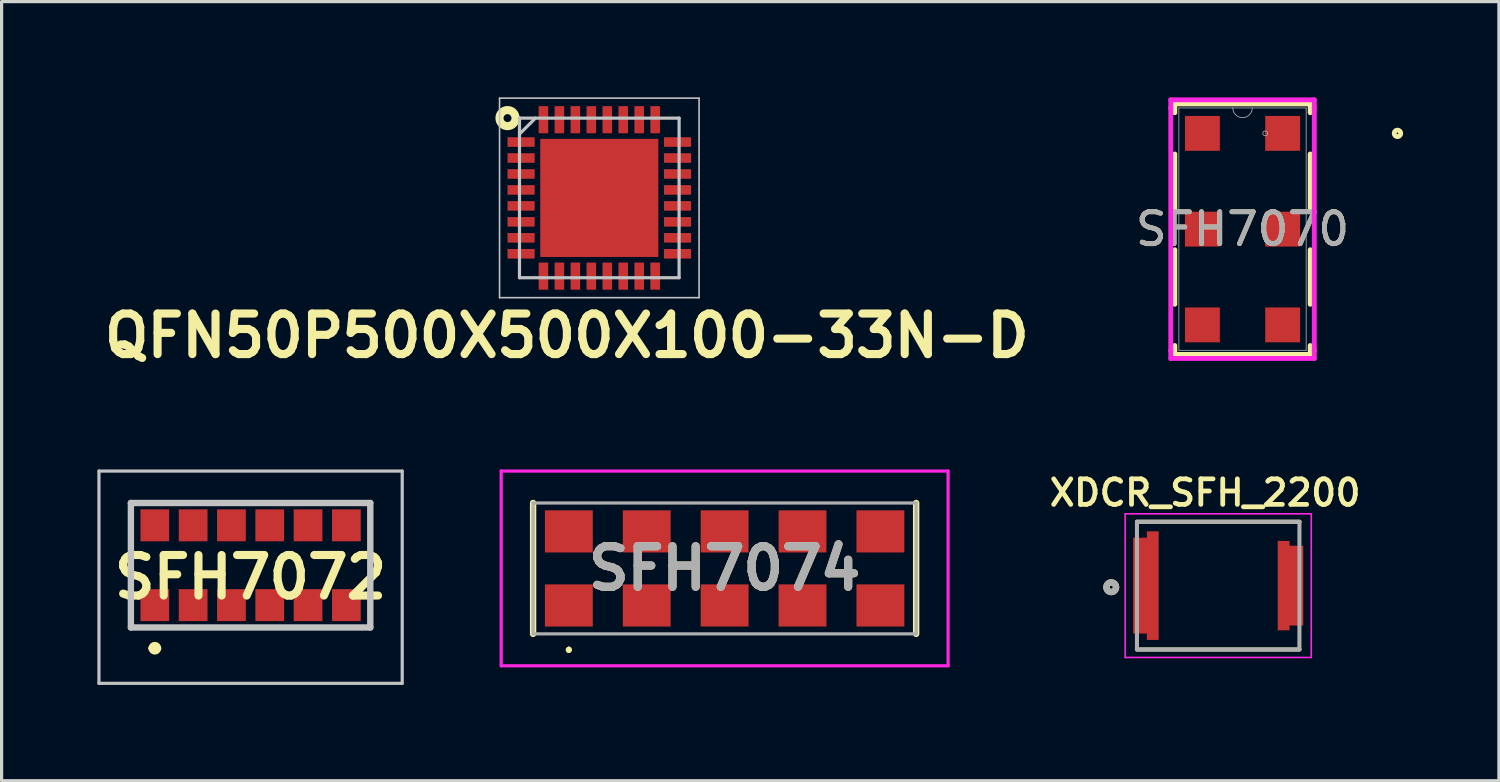
<source format=kicad_pcb>
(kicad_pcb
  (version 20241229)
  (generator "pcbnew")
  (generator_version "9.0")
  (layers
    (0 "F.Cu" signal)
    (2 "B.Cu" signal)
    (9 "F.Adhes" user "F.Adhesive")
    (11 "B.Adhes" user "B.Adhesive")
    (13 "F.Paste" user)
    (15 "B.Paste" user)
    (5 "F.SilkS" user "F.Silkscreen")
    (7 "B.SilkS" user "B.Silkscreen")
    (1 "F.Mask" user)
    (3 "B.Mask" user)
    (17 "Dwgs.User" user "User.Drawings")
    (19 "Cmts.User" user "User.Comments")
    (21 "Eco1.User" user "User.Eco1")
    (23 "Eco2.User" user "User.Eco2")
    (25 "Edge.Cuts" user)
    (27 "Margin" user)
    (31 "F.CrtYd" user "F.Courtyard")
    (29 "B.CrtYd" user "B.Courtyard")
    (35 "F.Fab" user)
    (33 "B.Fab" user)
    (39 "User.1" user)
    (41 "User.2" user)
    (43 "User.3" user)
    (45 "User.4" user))
  (footprint "SFH7074"
    (layer "F.Cu")
    (at 19.65 14.757)
    (property "Reference" "SFH7074" (at 0 0 0) (layer "F.SilkS") (effects (font (size 1.27 1.27) (thickness 0.254))))
    (attr smd)
    (fp_line (start -6 -2.05) (end -6 2.05) (stroke (width 0.2) (type solid)) (layer "F.SilkS"))
    (fp_line (start -4.88 2.5) (end -4.88 2.5) (stroke (width 0.1) (type solid)) (layer "F.SilkS"))
    (fp_line (start -4.88 2.6) (end -4.88 2.6) (stroke (width 0.1) (type solid)) (layer "F.SilkS"))
    (fp_line (start 6 -2.05) (end 6 2.05) (stroke (width 0.2) (type solid)) (layer "F.SilkS"))
    (fp_arc (start -4.88 2.5) (mid -4.83 2.55) (end -4.88 2.6) (stroke (width 0.1) (type solid)) (layer "F.SilkS"))
    (fp_arc (start -4.88 2.6) (mid -4.93 2.55) (end -4.88 2.5) (stroke (width 0.1) (type solid)) (layer "F.SilkS"))
    (fp_line (start -7 -3.05) (end 7 -3.05) (stroke (width 0.1) (type solid)) (layer "F.CrtYd"))
    (fp_line (start -7 3.05) (end -7 -3.05) (stroke (width 0.1) (type solid)) (layer "F.CrtYd"))
    (fp_line (start 7 -3.05) (end 7 3.05) (stroke (width 0.1) (type solid)) (layer "F.CrtYd"))
    (fp_line (start 7 3.05) (end -7 3.05) (stroke (width 0.1) (type solid)) (layer "F.CrtYd"))
    (fp_line (start -6 -2.05) (end 6 -2.05) (stroke (width 0.1) (type solid)) (layer "F.Fab"))
    (fp_line (start -6 2.05) (end -6 -2.05) (stroke (width 0.1) (type solid)) (layer "F.Fab"))
    (fp_line (start 6 -2.05) (end 6 2.05) (stroke (width 0.1) (type solid)) (layer "F.Fab"))
    (fp_line (start 6 2.05) (end -6 2.05) (stroke (width 0.1) (type solid)) (layer "F.Fab"))
    (fp_text user "${REFERENCE}" (at 0 0 0) (layer "F.Fab") (effects (font (size 1.27 1.27) (thickness 0.254))))
    (pad "1" smd rect (at -4.88 1.16 90) (size 1.32 1.5) (layers "F.Cu" "F.Mask" "F.Paste"))
    (pad "2" smd rect (at -2.44 1.16 90) (size 1.32 1.5) (layers "F.Cu" "F.Mask" "F.Paste"))
    (pad "3" smd rect (at 0 1.16 90) (size 1.32 1.5) (layers "F.Cu" "F.Mask" "F.Paste"))
    (pad "4" smd rect (at 2.44 1.16 90) (size 1.32 1.5) (layers "F.Cu" "F.Mask" "F.Paste"))
    (pad "5" smd rect (at 4.88 1.16 90) (size 1.32 1.5) (layers "F.Cu" "F.Mask" "F.Paste"))
    (pad "6" smd rect (at 4.88 -1.16 90) (size 1.32 1.5) (layers "F.Cu" "F.Mask" "F.Paste"))
    (pad "7" smd rect (at 2.44 -1.16 90) (size 1.32 1.5) (layers "F.Cu" "F.Mask" "F.Paste"))
    (pad "8" smd rect (at 0 -1.16 90) (size 1.32 1.5) (layers "F.Cu" "F.Mask" "F.Paste"))
    (pad "9" smd rect (at -2.44 -1.16 90) (size 1.32 1.5) (layers "F.Cu" "F.Mask" "F.Paste"))
    (pad "10" smd rect (at -4.88 -1.16 90) (size 1.32 1.5) (layers "F.Cu" "F.Mask" "F.Paste")))
  (footprint "QFN50P500X500X100-33N-D"
    (layer "F.Cu")
    (at 15.724 3.15)
    (property "Reference" "QFN50P500X500X100-33N-D" (at -1.016 4.318 0) (layer "F.SilkS") (effects (font (size 1.27 1.27) (thickness 0.254))))
    (attr smd)
    (fp_circle (center -2.875 -2.5) (end -2.75 -2.5) (stroke (width 0.254) (type solid)) (fill no) (layer "F.SilkS"))
    (fp_line (start -3.125 -3.125) (end 3.125 -3.125) (stroke (width 0.05) (type solid)) (layer "Dwgs.User"))
    (fp_line (start -3.125 3.125) (end -3.125 -3.125) (stroke (width 0.05) (type solid)) (layer "Dwgs.User"))
    (fp_line (start -2.5 -2.5) (end 2.5 -2.5) (stroke (width 0.1) (type solid)) (layer "Dwgs.User"))
    (fp_line (start -2.5 -2) (end -2 -2.5) (stroke (width 0.1) (type solid)) (layer "Dwgs.User"))
    (fp_line (start -2.5 2.5) (end -2.5 -2.5) (stroke (width 0.1) (type solid)) (layer "Dwgs.User"))
    (fp_line (start 2.5 -2.5) (end 2.5 2.5) (stroke (width 0.1) (type solid)) (layer "Dwgs.User"))
    (fp_line (start 2.5 2.5) (end -2.5 2.5) (stroke (width 0.1) (type solid)) (layer "Dwgs.User"))
    (fp_line (start 3.125 -3.125) (end 3.125 3.125) (stroke (width 0.05) (type solid)) (layer "Dwgs.User"))
    (fp_line (start 3.125 3.125) (end -3.125 3.125) (stroke (width 0.05) (type solid)) (layer "Dwgs.User"))
    (pad "1" smd rect (at -2.45 -1.75 90) (size 0.3 0.85) (layers "F.Cu" "F.Mask" "F.Paste"))
    (pad "2" smd rect (at -2.45 -1.25 90) (size 0.3 0.85) (layers "F.Cu" "F.Mask" "F.Paste"))
    (pad "3" smd rect (at -2.45 -0.75 90) (size 0.3 0.85) (layers "F.Cu" "F.Mask" "F.Paste"))
    (pad "4" smd rect (at -2.45 -0.25 90) (size 0.3 0.85) (layers "F.Cu" "F.Mask" "F.Paste"))
    (pad "5" smd rect (at -2.45 0.25 90) (size 0.3 0.85) (layers "F.Cu" "F.Mask" "F.Paste"))
    (pad "6" smd rect (at -2.45 0.75 90) (size 0.3 0.85) (layers "F.Cu" "F.Mask" "F.Paste"))
    (pad "7" smd rect (at -2.45 1.25 90) (size 0.3 0.85) (layers "F.Cu" "F.Mask" "F.Paste"))
    (pad "8" smd rect (at -2.45 1.75 90) (size 0.3 0.85) (layers "F.Cu" "F.Mask" "F.Paste"))
    (pad "9" smd rect (at -1.75 2.45) (size 0.3 0.85) (layers "F.Cu" "F.Mask" "F.Paste"))
    (pad "10" smd rect (at -1.25 2.45) (size 0.3 0.85) (layers "F.Cu" "F.Mask" "F.Paste"))
    (pad "11" smd rect (at -0.75 2.45) (size 0.3 0.85) (layers "F.Cu" "F.Mask" "F.Paste"))
    (pad "12" smd rect (at -0.25 2.45) (size 0.3 0.85) (layers "F.Cu" "F.Mask" "F.Paste"))
    (pad "13" smd rect (at 0.25 2.45) (size 0.3 0.85) (layers "F.Cu" "F.Mask" "F.Paste"))
    (pad "14" smd rect (at 0.75 2.45) (size 0.3 0.85) (layers "F.Cu" "F.Mask" "F.Paste"))
    (pad "15" smd rect (at 1.25 2.45) (size 0.3 0.85) (layers "F.Cu" "F.Mask" "F.Paste"))
    (pad "16" smd rect (at 1.75 2.45) (size 0.3 0.85) (layers "F.Cu" "F.Mask" "F.Paste"))
    (pad "17" smd rect (at 2.45 1.75 90) (size 0.3 0.85) (layers "F.Cu" "F.Mask" "F.Paste"))
    (pad "18" smd rect (at 2.45 1.25 90) (size 0.3 0.85) (layers "F.Cu" "F.Mask" "F.Paste"))
    (pad "19" smd rect (at 2.45 0.75 90) (size 0.3 0.85) (layers "F.Cu" "F.Mask" "F.Paste"))
    (pad "20" smd rect (at 2.45 0.25 90) (size 0.3 0.85) (layers "F.Cu" "F.Mask" "F.Paste"))
    (pad "21" smd rect (at 2.45 -0.25 90) (size 0.3 0.85) (layers "F.Cu" "F.Mask" "F.Paste"))
    (pad "22" smd rect (at 2.45 -0.75 90) (size 0.3 0.85) (layers "F.Cu" "F.Mask" "F.Paste"))
    (pad "23" smd rect (at 2.45 -1.25 90) (size 0.3 0.85) (layers "F.Cu" "F.Mask" "F.Paste"))
    (pad "24" smd rect (at 2.45 -1.75 90) (size 0.3 0.85) (layers "F.Cu" "F.Mask" "F.Paste"))
    (pad "25" smd rect (at 1.75 -2.45) (size 0.3 0.85) (layers "F.Cu" "F.Mask" "F.Paste"))
    (pad "26" smd rect (at 1.25 -2.45) (size 0.3 0.85) (layers "F.Cu" "F.Mask" "F.Paste"))
    (pad "27" smd rect (at 0.75 -2.45) (size 0.3 0.85) (layers "F.Cu" "F.Mask" "F.Paste"))
    (pad "28" smd rect (at 0.25 -2.45) (size 0.3 0.85) (layers "F.Cu" "F.Mask" "F.Paste"))
    (pad "29" smd rect (at -0.25 -2.45) (size 0.3 0.85) (layers "F.Cu" "F.Mask" "F.Paste"))
    (pad "30" smd rect (at -0.75 -2.45) (size 0.3 0.85) (layers "F.Cu" "F.Mask" "F.Paste"))
    (pad "31" smd rect (at -1.25 -2.45) (size 0.3 0.85) (layers "F.Cu" "F.Mask" "F.Paste"))
    (pad "32" smd rect (at -1.75 -2.45) (size 0.3 0.85) (layers "F.Cu" "F.Mask" "F.Paste"))
    (pad "33" smd rect (at 0 0) (size 3.7 3.7) (layers "F.Cu" "F.Mask" "F.Paste")))
  (footprint "SFH7070"
    (layer "F.Cu")
    (at 35.874 4.128)
    (property "Reference" "SFH7070" (at 0 0 0) (unlocked yes) (layer "F.SilkS") (effects (font (size 1 1) (thickness 0.15))))
    (attr smd)
    (fp_line (start -2.121 -3.924) (end -2.121 -3.646) (stroke (width 0.152) (type solid)) (layer "F.SilkS"))
    (fp_line (start -2.121 -2.354) (end -2.121 -0.646) (stroke (width 0.152) (type solid)) (layer "F.SilkS"))
    (fp_line (start -2.121 0.646) (end -2.121 2.354) (stroke (width 0.152) (type solid)) (layer "F.SilkS"))
    (fp_line (start -2.121 3.646) (end -2.121 3.924) (stroke (width 0.152) (type solid)) (layer "F.SilkS"))
    (fp_line (start -2.121 3.924) (end 2.121 3.924) (stroke (width 0.152) (type solid)) (layer "F.SilkS"))
    (fp_line (start 2.121 -3.924) (end -2.121 -3.924) (stroke (width 0.152) (type solid)) (layer "F.SilkS"))
    (fp_line (start 2.121 -3.646) (end 2.121 -3.924) (stroke (width 0.152) (type solid)) (layer "F.SilkS"))
    (fp_line (start 2.121 -0.646) (end 2.121 -2.354) (stroke (width 0.152) (type solid)) (layer "F.SilkS"))
    (fp_line (start 2.121 2.354) (end 2.121 0.646) (stroke (width 0.152) (type solid)) (layer "F.SilkS"))
    (fp_line (start 2.121 3.924) (end 2.121 3.646) (stroke (width 0.152) (type solid)) (layer "F.SilkS"))
    (fp_circle (center 4.854 -3) (end 4.956 -3) (stroke (width 0.152) (type solid)) (fill no) (layer "F.SilkS"))
    (fp_line (start -2.248 -4.051) (end 2.248 -4.051) (stroke (width 0.152) (type solid)) (layer "F.CrtYd"))
    (fp_line (start -2.248 -3.8) (end -2.248 -4.051) (stroke (width 0.152) (type solid)) (layer "F.CrtYd"))
    (fp_line (start -2.248 -3.8) (end -2.248 -3.8) (stroke (width 0.152) (type solid)) (layer "F.CrtYd"))
    (fp_line (start -2.248 3.8) (end -2.248 -3.8) (stroke (width 0.152) (type solid)) (layer "F.CrtYd"))
    (fp_line (start -2.248 3.8) (end -2.248 3.8) (stroke (width 0.152) (type solid)) (layer "F.CrtYd"))
    (fp_line (start -2.248 4.051) (end -2.248 3.8) (stroke (width 0.152) (type solid)) (layer "F.CrtYd"))
    (fp_line (start 2.248 -4.051) (end 2.248 -3.8) (stroke (width 0.152) (type solid)) (layer "F.CrtYd"))
    (fp_line (start 2.248 -3.8) (end 2.248 -3.8) (stroke (width 0.152) (type solid)) (layer "F.CrtYd"))
    (fp_line (start 2.248 -3.8) (end 2.248 3.8) (stroke (width 0.152) (type solid)) (layer "F.CrtYd"))
    (fp_line (start 2.248 3.8) (end 2.248 3.8) (stroke (width 0.152) (type solid)) (layer "F.CrtYd"))
    (fp_line (start 2.248 3.8) (end 2.248 4.051) (stroke (width 0.152) (type solid)) (layer "F.CrtYd"))
    (fp_line (start 2.248 4.051) (end -2.248 4.051) (stroke (width 0.152) (type solid)) (layer "F.CrtYd"))
    (fp_line (start -1.994 -3.797) (end -1.994 3.797) (stroke (width 0.025) (type solid)) (layer "F.Fab"))
    (fp_line (start -1.994 3.797) (end 1.994 3.797) (stroke (width 0.025) (type solid)) (layer "F.Fab"))
    (fp_line (start 1.994 -3.797) (end -1.994 -3.797) (stroke (width 0.025) (type solid)) (layer "F.Fab"))
    (fp_line (start 1.994 3.797) (end 1.994 -3.797) (stroke (width 0.025) (type solid)) (layer "F.Fab"))
    (fp_arc (start 0.3048 -3.7973) (mid 0 -3.4925) (end -0.3048 -3.7973) (stroke (width 0.0254) (type solid)) (layer "F.Fab"))
    (fp_circle (center 0.711 -3) (end 0.787 -3) (stroke (width 0.025) (type solid)) (fill no) (layer "F.Fab"))
    (fp_text user "${REFERENCE}" (at 0 0 0) (unlocked yes) (layer "F.Fab") (effects (font (size 1 1) (thickness 0.15))))
    (pad "1" smd rect (at 1.257 -3) (size 1.092 1.092) (layers "F.Cu" "F.Mask" "F.Paste"))
    (pad "2" smd rect (at 1.257 0) (size 1.092 1.092) (layers "F.Cu" "F.Mask" "F.Paste"))
    (pad "3" smd rect (at 1.257 3) (size 1.092 1.092) (layers "F.Cu" "F.Mask" "F.Paste"))
    (pad "4" smd rect (at -1.257 3) (size 1.092 1.092) (layers "F.Cu" "F.Mask" "F.Paste"))
    (pad "5" smd rect (at -1.257 0) (size 1.092 1.092) (layers "F.Cu" "F.Mask" "F.Paste"))
    (pad "6" smd rect (at -1.257 -3) (size 1.092 1.092) (layers "F.Cu" "F.Mask" "F.Paste")))
  (footprint "XDCR_SFH_2200"
    (layer "F.Cu")
    (at 35.112 15.296)
    (property "Reference" "XDCR_SFH_2200" (at -0.41 -2.908 0) (layer "F.SilkS") (effects (font (size 0.8 0.8) (thickness 0.15))))
    (attr smd)
    (fp_poly (pts (xy -2.715 -1.55) (xy -2.285 -1.55) (xy -2.285 -1.75) (xy -1.815 -1.75) (xy -1.815 1.75) (xy -2.285 1.75) (xy -2.285 1.55) (xy -2.715 1.55)) (stroke (width 0.001) (type solid)) (fill yes) (layer "F.Mask"))
    (fp_poly (pts (xy 1.815 -1.45) (xy 2.285 -1.45) (xy 2.285 -1.3) (xy 2.715 -1.3) (xy 2.715 1.3) (xy 2.285 1.3) (xy 2.285 1.45) (xy 1.815 1.45)) (stroke (width 0.001) (type solid)) (fill yes) (layer "F.Mask"))
    (fp_line (start -2.545 -2) (end 2.545 -2) (stroke (width 0.127) (type solid)) (layer "F.SilkS"))
    (fp_line (start -2.545 2) (end 2.545 2) (stroke (width 0.127) (type solid)) (layer "F.SilkS"))
    (fp_circle (center -3.35 0.05) (end -3.2 0.05) (stroke (width 0.2) (type solid)) (fill no) (layer "F.SilkS"))
    (fp_poly (pts (xy -2.565 -1.15) (xy -1.965 -1.15) (xy -1.965 -0.15) (xy -2.565 -0.15)) (stroke (width 0.001) (type solid)) (fill yes) (layer "F.Paste"))
    (fp_poly (pts (xy -2.565 0.15) (xy -1.965 0.15) (xy -1.965 1.15) (xy -2.565 1.15)) (stroke (width 0.001) (type solid)) (fill yes) (layer "F.Paste"))
    (fp_poly (pts (xy 2.565 -0.2) (xy 1.965 -0.2) (xy 1.965 -1.2) (xy 2.565 -1.2)) (stroke (width 0.001) (type solid)) (fill yes) (layer "F.Paste"))
    (fp_poly (pts (xy 2.565 1.2) (xy 1.965 1.2) (xy 1.965 0.2) (xy 2.565 0.2)) (stroke (width 0.001) (type solid)) (fill yes) (layer "F.Paste"))
    (fp_line (start -2.915 -2.25) (end 2.915 -2.25) (stroke (width 0.05) (type solid)) (layer "F.CrtYd"))
    (fp_line (start -2.915 2.25) (end -2.915 -2.25) (stroke (width 0.05) (type solid)) (layer "F.CrtYd"))
    (fp_line (start 2.915 -2.25) (end 2.915 2.25) (stroke (width 0.05) (type solid)) (layer "F.CrtYd"))
    (fp_line (start 2.915 2.25) (end -2.915 2.25) (stroke (width 0.05) (type solid)) (layer "F.CrtYd"))
    (fp_line (start -2.545 -2) (end 2.545 -2) (stroke (width 0.127) (type solid)) (layer "F.Fab"))
    (fp_line (start -2.545 2) (end -2.545 -2) (stroke (width 0.127) (type solid)) (layer "F.Fab"))
    (fp_line (start 2.545 -2) (end 2.545 2) (stroke (width 0.127) (type solid)) (layer "F.Fab"))
    (fp_line (start 2.545 2) (end -2.545 2) (stroke (width 0.127) (type solid)) (layer "F.Fab"))
    (fp_circle (center -3.35 0.05) (end -3.2 0.05) (stroke (width 0.2) (type solid)) (fill no) (layer "F.Fab"))
    (pad "1" smd custom (at -2.24 0) (size 0.4 1) (layers "F.Cu") (options (anchor rect)) (primitives (gr_poly (pts (xy -0.425 0) (xy -0.425 -1.5) (xy 0.005 -1.5) (xy 0.005 -1.7) (xy 0.375 -1.7) (xy 0.375 1.7) (xy 0.005 1.7) (xy 0.005 1.5) (xy -0.425 1.5)) (width 0.001) (fill yes))))
    (pad "2" smd custom (at 2.24 0) (size 0.4 1) (layers "F.Cu") (options (anchor rect)) (primitives (gr_poly (pts (xy -0.375 -1.4) (xy -0.005 -1.4) (xy -0.005 -1.25) (xy 0.425 -1.25) (xy 0.425 1.25) (xy -0.005 1.25) (xy -0.005 1.4) (xy -0.375 1.4)) (width 0.001) (fill yes)))))
  (footprint "SFH7072"
    (layer "F.Cu")
    (at 4.8 15.032)
    (property "Reference" "SFH7072" (at 0 0 0) (layer "F.SilkS") (effects (font (size 1.27 1.27) (thickness 0.254))))
    (attr smd)
    (fp_line (start -3.75 -2.325) (end 3.75 -2.325) (stroke (width 0.1) (type solid)) (layer "F.SilkS"))
    (fp_line (start -3.75 1.575) (end -3.75 -2.325) (stroke (width 0.1) (type solid)) (layer "F.SilkS"))
    (fp_line (start -3.1 2.225) (end -3.1 2.225) (stroke (width 0.2) (type solid)) (layer "F.SilkS"))
    (fp_line (start -2.9 2.225) (end -2.9 2.225) (stroke (width 0.2) (type solid)) (layer "F.SilkS"))
    (fp_line (start 3.75 -2.325) (end 3.75 1.575) (stroke (width 0.1) (type solid)) (layer "F.SilkS"))
    (fp_line (start 3.75 1.575) (end -3.75 1.575) (stroke (width 0.1) (type solid)) (layer "F.SilkS"))
    (fp_arc (start -3.1 2.225) (mid -3 2.125) (end -2.9 2.225) (stroke (width 0.2) (type solid)) (layer "F.SilkS"))
    (fp_arc (start -2.9 2.225) (mid -3 2.325) (end -3.1 2.225) (stroke (width 0.2) (type solid)) (layer "F.SilkS"))
    (fp_line (start -4.75 -3.325) (end 4.75 -3.325) (stroke (width 0.1) (type solid)) (layer "Dwgs.User"))
    (fp_line (start -4.75 3.325) (end -4.75 -3.325) (stroke (width 0.1) (type solid)) (layer "Dwgs.User"))
    (fp_line (start -3.75 -2.325) (end 3.75 -2.325) (stroke (width 0.2) (type solid)) (layer "Dwgs.User"))
    (fp_line (start -3.75 1.575) (end -3.75 -2.325) (stroke (width 0.2) (type solid)) (layer "Dwgs.User"))
    (fp_line (start 3.75 -2.325) (end 3.75 1.575) (stroke (width 0.2) (type solid)) (layer "Dwgs.User"))
    (fp_line (start 3.75 1.575) (end -3.75 1.575) (stroke (width 0.2) (type solid)) (layer "Dwgs.User"))
    (fp_line (start 4.75 -3.325) (end 4.75 3.325) (stroke (width 0.1) (type solid)) (layer "Dwgs.User"))
    (fp_line (start 4.75 3.325) (end -4.75 3.325) (stroke (width 0.1) (type solid)) (layer "Dwgs.User"))
    (pad "1" smd rect (at -3 0.875) (size 0.9 1) (layers "F.Cu" "F.Mask" "F.Paste"))
    (pad "2" smd rect (at -1.8 0.875) (size 0.9 1) (layers "F.Cu" "F.Mask" "F.Paste"))
    (pad "3" smd rect (at -0.6 0.875) (size 0.9 1) (layers "F.Cu" "F.Mask" "F.Paste"))
    (pad "4" smd rect (at 0.6 0.875) (size 0.9 1) (layers "F.Cu" "F.Mask" "F.Paste"))
    (pad "5" smd rect (at 1.8 0.875) (size 0.9 1) (layers "F.Cu" "F.Mask" "F.Paste"))
    (pad "6" smd rect (at 3 0.875) (size 0.9 1) (layers "F.Cu" "F.Mask" "F.Paste"))
    (pad "7" smd rect (at 3 -1.625) (size 0.9 1) (layers "F.Cu" "F.Mask" "F.Paste"))
    (pad "8" smd rect (at 1.8 -1.625) (size 0.9 1) (layers "F.Cu" "F.Mask" "F.Paste"))
    (pad "9" smd rect (at 0.6 -1.625) (size 0.9 1) (layers "F.Cu" "F.Mask" "F.Paste"))
    (pad "10" smd rect (at -0.6 -1.625) (size 0.9 1) (layers "F.Cu" "F.Mask" "F.Paste"))
    (pad "11" smd rect (at -1.8 -1.625) (size 0.9 1) (layers "F.Cu" "F.Mask" "F.Paste"))
    (pad "12" smd rect (at -3 -1.625) (size 0.9 1) (layers "F.Cu" "F.Mask" "F.Paste")))
  (gr_rect
    (start -3 -3)
    (end 43.906 21.407)
    (stroke (width 0.1) (type default))
    (fill no)
    (layer "Edge.Cuts")))
</source>
